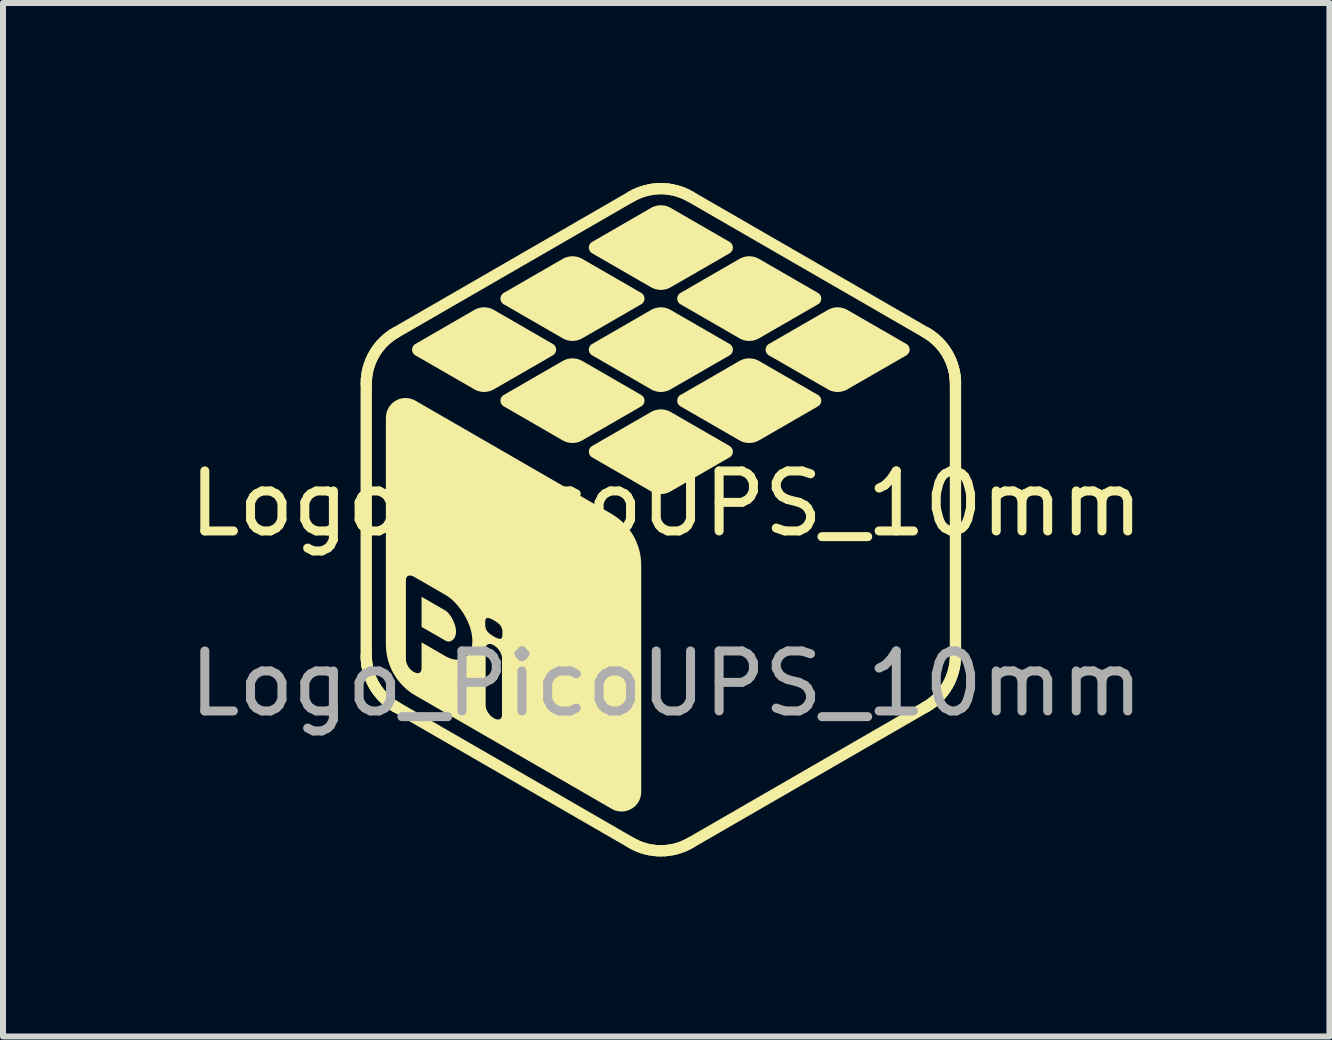
<source format=kicad_pcb>
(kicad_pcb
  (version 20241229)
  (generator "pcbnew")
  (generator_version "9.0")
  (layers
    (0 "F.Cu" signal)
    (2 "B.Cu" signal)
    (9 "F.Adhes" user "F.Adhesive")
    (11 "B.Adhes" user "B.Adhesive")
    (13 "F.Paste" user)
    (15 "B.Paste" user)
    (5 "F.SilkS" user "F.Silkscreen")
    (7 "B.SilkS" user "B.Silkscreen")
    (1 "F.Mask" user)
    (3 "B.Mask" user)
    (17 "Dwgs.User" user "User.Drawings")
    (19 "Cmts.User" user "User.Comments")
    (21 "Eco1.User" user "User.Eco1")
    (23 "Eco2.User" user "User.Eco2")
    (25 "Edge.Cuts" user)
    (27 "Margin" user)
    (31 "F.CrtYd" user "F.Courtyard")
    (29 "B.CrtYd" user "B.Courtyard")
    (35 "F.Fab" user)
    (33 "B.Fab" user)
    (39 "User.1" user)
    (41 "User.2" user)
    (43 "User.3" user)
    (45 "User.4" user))
  (footprint "Logo_PicoUPS_10mm"
    (layer "F.Cu")
    (at 8.054 5.844)
    (property "Reference" "Logo_PicoUPS_10mm" (at 0 -0.5 0) (unlocked yes) (layer "F.SilkS") (effects (font (size 1 1) (thickness 0.15))))
    (fp_line (start -5 -2.5) (end -4.998 -2.565) (stroke (width 0.189) (type solid)) (layer "F.SilkS"))
    (fp_line (start -5 2.036) (end -5 -2.5) (stroke (width 0.189) (type solid)) (layer "F.SilkS"))
    (fp_line (start -4.999 2.069) (end -5 2.036) (stroke (width 0.189) (type solid)) (layer "F.SilkS"))
    (fp_line (start -4.998 -2.565) (end -4.991 -2.63) (stroke (width 0.189) (type solid)) (layer "F.SilkS"))
    (fp_line (start -4.998 2.101) (end -4.999 2.069) (stroke (width 0.189) (type solid)) (layer "F.SilkS"))
    (fp_line (start -4.995 2.134) (end -4.998 2.101) (stroke (width 0.189) (type solid)) (layer "F.SilkS"))
    (fp_line (start -4.991 -2.63) (end -4.981 -2.694) (stroke (width 0.189) (type solid)) (layer "F.SilkS"))
    (fp_line (start -4.991 2.166) (end -4.995 2.134) (stroke (width 0.189) (type solid)) (layer "F.SilkS"))
    (fp_line (start -4.987 2.198) (end -4.991 2.166) (stroke (width 0.189) (type solid)) (layer "F.SilkS"))
    (fp_line (start -4.981 -2.694) (end -4.966 -2.756) (stroke (width 0.189) (type solid)) (layer "F.SilkS"))
    (fp_line (start -4.981 2.229) (end -4.987 2.198) (stroke (width 0.189) (type solid)) (layer "F.SilkS"))
    (fp_line (start -4.974 2.261) (end -4.981 2.229) (stroke (width 0.189) (type solid)) (layer "F.SilkS"))
    (fp_line (start -4.966 -2.756) (end -4.947 -2.817) (stroke (width 0.189) (type solid)) (layer "F.SilkS"))
    (fp_line (start -4.966 2.292) (end -4.974 2.261) (stroke (width 0.189) (type solid)) (layer "F.SilkS"))
    (fp_line (start -4.957 2.323) (end -4.966 2.292) (stroke (width 0.189) (type solid)) (layer "F.SilkS"))
    (fp_line (start -4.947 -2.817) (end -4.925 -2.877) (stroke (width 0.189) (type solid)) (layer "F.SilkS"))
    (fp_line (start -4.947 2.353) (end -4.957 2.323) (stroke (width 0.189) (type solid)) (layer "F.SilkS"))
    (fp_line (start -4.937 2.383) (end -4.947 2.353) (stroke (width 0.189) (type solid)) (layer "F.SilkS"))
    (fp_line (start -4.925 -2.877) (end -4.898 -2.935) (stroke (width 0.189) (type solid)) (layer "F.SilkS"))
    (fp_line (start -4.925 2.413) (end -4.937 2.383) (stroke (width 0.189) (type solid)) (layer "F.SilkS"))
    (fp_line (start -4.912 2.442) (end -4.925 2.413) (stroke (width 0.189) (type solid)) (layer "F.SilkS"))
    (fp_line (start -4.898 -2.935) (end -4.868 -2.991) (stroke (width 0.189) (type solid)) (layer "F.SilkS"))
    (fp_line (start -4.898 2.471) (end -4.912 2.442) (stroke (width 0.189) (type solid)) (layer "F.SilkS"))
    (fp_line (start -4.884 2.499) (end -4.898 2.471) (stroke (width 0.189) (type solid)) (layer "F.SilkS"))
    (fp_line (start -4.868 -2.991) (end -4.835 -3.045) (stroke (width 0.189) (type solid)) (layer "F.SilkS"))
    (fp_line (start -4.868 2.527) (end -4.884 2.499) (stroke (width 0.189) (type solid)) (layer "F.SilkS"))
    (fp_line (start -4.852 2.554) (end -4.868 2.527) (stroke (width 0.189) (type solid)) (layer "F.SilkS"))
    (fp_line (start -4.835 -3.045) (end -4.798 -3.097) (stroke (width 0.189) (type solid)) (layer "F.SilkS"))
    (fp_line (start -4.835 2.581) (end -4.852 2.554) (stroke (width 0.189) (type solid)) (layer "F.SilkS"))
    (fp_line (start -4.817 2.607) (end -4.835 2.581) (stroke (width 0.189) (type solid)) (layer "F.SilkS"))
    (fp_line (start -4.798 -3.097) (end -4.758 -3.146) (stroke (width 0.189) (type solid)) (layer "F.SilkS"))
    (fp_line (start -4.798 2.632) (end -4.817 2.607) (stroke (width 0.189) (type solid)) (layer "F.SilkS"))
    (fp_line (start -4.778 2.657) (end -4.798 2.632) (stroke (width 0.189) (type solid)) (layer "F.SilkS"))
    (fp_line (start -4.758 -3.146) (end -4.714 -3.193) (stroke (width 0.189) (type solid)) (layer "F.SilkS"))
    (fp_line (start -4.758 2.682) (end -4.778 2.657) (stroke (width 0.189) (type solid)) (layer "F.SilkS"))
    (fp_line (start -4.736 2.706) (end -4.758 2.682) (stroke (width 0.189) (type solid)) (layer "F.SilkS"))
    (fp_line (start -4.714 -3.193) (end -4.667 -3.237) (stroke (width 0.189) (type solid)) (layer "F.SilkS"))
    (fp_line (start -4.714 2.729) (end -4.736 2.706) (stroke (width 0.189) (type solid)) (layer "F.SilkS"))
    (fp_line (start -4.691 2.751) (end -4.714 2.729) (stroke (width 0.189) (type solid)) (layer "F.SilkS"))
    (fp_line (start -4.667 -3.237) (end -4.617 -3.278) (stroke (width 0.189) (type solid)) (layer "F.SilkS"))
    (fp_line (start -4.667 2.773) (end -4.691 2.751) (stroke (width 0.189) (type solid)) (layer "F.SilkS"))
    (fp_line (start -4.643 2.794) (end -4.667 2.773) (stroke (width 0.189) (type solid)) (layer "F.SilkS"))
    (fp_line (start -4.617 -3.278) (end -4.565 -3.316) (stroke (width 0.189) (type solid)) (layer "F.SilkS"))
    (fp_line (start -4.617 2.814) (end -4.643 2.794) (stroke (width 0.189) (type solid)) (layer "F.SilkS"))
    (fp_line (start -4.591 2.833) (end -4.617 2.814) (stroke (width 0.189) (type solid)) (layer "F.SilkS"))
    (fp_line (start -4.565 -3.316) (end -4.509 -3.35) (stroke (width 0.189) (type solid)) (layer "F.SilkS"))
    (fp_line (start -4.565 2.852) (end -4.591 2.833) (stroke (width 0.189) (type solid)) (layer "F.SilkS"))
    (fp_line (start -4.537 2.869) (end -4.565 2.852) (stroke (width 0.189) (type solid)) (layer "F.SilkS"))
    (fp_line (start -4.509 -3.35) (end -0.581 -5.618) (stroke (width 0.189) (type solid)) (layer "F.SilkS"))
    (fp_line (start -4.509 2.886) (end -4.537 2.869) (stroke (width 0.189) (type solid)) (layer "F.SilkS"))
    (fp_line (start -0.581 -5.618) (end -0.523 -5.649) (stroke (width 0.189) (type solid)) (layer "F.SilkS"))
    (fp_line (start -0.581 5.154) (end -4.509 2.886) (stroke (width 0.189) (type solid)) (layer "F.SilkS"))
    (fp_line (start -0.523 -5.649) (end -0.464 -5.676) (stroke (width 0.189) (type solid)) (layer "F.SilkS"))
    (fp_line (start -0.523 5.185) (end -0.581 5.154) (stroke (width 0.189) (type solid)) (layer "F.SilkS"))
    (fp_line (start -0.464 -5.676) (end -0.404 -5.698) (stroke (width 0.189) (type solid)) (layer "F.SilkS"))
    (fp_line (start -0.464 5.212) (end -0.523 5.185) (stroke (width 0.189) (type solid)) (layer "F.SilkS"))
    (fp_line (start -0.404 -5.698) (end -0.342 -5.717) (stroke (width 0.189) (type solid)) (layer "F.SilkS"))
    (fp_line (start -0.404 5.234) (end -0.464 5.212) (stroke (width 0.189) (type solid)) (layer "F.SilkS"))
    (fp_line (start -0.342 -5.717) (end -0.28 -5.731) (stroke (width 0.189) (type solid)) (layer "F.SilkS"))
    (fp_line (start -0.342 5.253) (end -0.404 5.234) (stroke (width 0.189) (type solid)) (layer "F.SilkS"))
    (fp_line (start -0.28 -5.731) (end -0.217 -5.742) (stroke (width 0.189) (type solid)) (layer "F.SilkS"))
    (fp_line (start -0.28 5.267) (end -0.342 5.253) (stroke (width 0.189) (type solid)) (layer "F.SilkS"))
    (fp_line (start -0.217 -5.742) (end -0.153 -5.748) (stroke (width 0.189) (type solid)) (layer "F.SilkS"))
    (fp_line (start -0.217 5.277) (end -0.28 5.267) (stroke (width 0.189) (type solid)) (layer "F.SilkS"))
    (fp_line (start -0.153 -5.748) (end -0.09 -5.75) (stroke (width 0.189) (type solid)) (layer "F.SilkS"))
    (fp_line (start -0.153 5.284) (end -0.217 5.277) (stroke (width 0.189) (type solid)) (layer "F.SilkS"))
    (fp_line (start -0.09 -5.75) (end -0.026 -5.748) (stroke (width 0.189) (type solid)) (layer "F.SilkS"))
    (fp_line (start -0.09 5.286) (end -0.153 5.284) (stroke (width 0.189) (type solid)) (layer "F.SilkS"))
    (fp_line (start -0.026 -5.748) (end 0.037 -5.742) (stroke (width 0.189) (type solid)) (layer "F.SilkS"))
    (fp_line (start -0.026 5.284) (end -0.09 5.286) (stroke (width 0.189) (type solid)) (layer "F.SilkS"))
    (fp_line (start 0.037 -5.742) (end 0.1 -5.731) (stroke (width 0.189) (type solid)) (layer "F.SilkS"))
    (fp_line (start 0.037 5.277) (end -0.026 5.284) (stroke (width 0.189) (type solid)) (layer "F.SilkS"))
    (fp_line (start 0.1 -5.731) (end 0.162 -5.717) (stroke (width 0.189) (type solid)) (layer "F.SilkS"))
    (fp_line (start 0.1 5.267) (end 0.037 5.277) (stroke (width 0.189) (type solid)) (layer "F.SilkS"))
    (fp_line (start 0.162 -5.717) (end 0.224 -5.698) (stroke (width 0.189) (type solid)) (layer "F.SilkS"))
    (fp_line (start 0.162 5.253) (end 0.1 5.267) (stroke (width 0.189) (type solid)) (layer "F.SilkS"))
    (fp_line (start 0.224 -5.698) (end 0.284 -5.676) (stroke (width 0.189) (type solid)) (layer "F.SilkS"))
    (fp_line (start 0.224 5.234) (end 0.162 5.253) (stroke (width 0.189) (type solid)) (layer "F.SilkS"))
    (fp_line (start 0.284 -5.676) (end 0.343 -5.649) (stroke (width 0.189) (type solid)) (layer "F.SilkS"))
    (fp_line (start 0.284 5.212) (end 0.224 5.234) (stroke (width 0.189) (type solid)) (layer "F.SilkS"))
    (fp_line (start 0.343 -5.649) (end 0.401 -5.618) (stroke (width 0.189) (type solid)) (layer "F.SilkS"))
    (fp_line (start 0.343 5.185) (end 0.284 5.212) (stroke (width 0.189) (type solid)) (layer "F.SilkS"))
    (fp_line (start 0.401 -5.618) (end 4.329 -3.35) (stroke (width 0.189) (type solid)) (layer "F.SilkS"))
    (fp_line (start 0.401 5.154) (end 0.343 5.185) (stroke (width 0.189) (type solid)) (layer "F.SilkS"))
    (fp_line (start 4.329 -3.35) (end 4.357 -3.334) (stroke (width 0.189) (type solid)) (layer "F.SilkS"))
    (fp_line (start 4.329 2.886) (end 0.401 5.154) (stroke (width 0.189) (type solid)) (layer "F.SilkS"))
    (fp_line (start 4.357 -3.334) (end 4.385 -3.316) (stroke (width 0.189) (type solid)) (layer "F.SilkS"))
    (fp_line (start 4.385 -3.316) (end 4.411 -3.297) (stroke (width 0.189) (type solid)) (layer "F.SilkS"))
    (fp_line (start 4.385 2.852) (end 4.329 2.886) (stroke (width 0.189) (type solid)) (layer "F.SilkS"))
    (fp_line (start 4.411 -3.297) (end 4.437 -3.278) (stroke (width 0.189) (type solid)) (layer "F.SilkS"))
    (fp_line (start 4.437 -3.278) (end 4.463 -3.258) (stroke (width 0.189) (type solid)) (layer "F.SilkS"))
    (fp_line (start 4.437 2.814) (end 4.385 2.852) (stroke (width 0.189) (type solid)) (layer "F.SilkS"))
    (fp_line (start 4.463 -3.258) (end 4.487 -3.237) (stroke (width 0.189) (type solid)) (layer "F.SilkS"))
    (fp_line (start 4.487 -3.237) (end 4.511 -3.215) (stroke (width 0.189) (type solid)) (layer "F.SilkS"))
    (fp_line (start 4.487 2.773) (end 4.437 2.814) (stroke (width 0.189) (type solid)) (layer "F.SilkS"))
    (fp_line (start 4.511 -3.215) (end 4.534 -3.193) (stroke (width 0.189) (type solid)) (layer "F.SilkS"))
    (fp_line (start 4.534 -3.193) (end 4.556 -3.17) (stroke (width 0.189) (type solid)) (layer "F.SilkS"))
    (fp_line (start 4.534 2.729) (end 4.487 2.773) (stroke (width 0.189) (type solid)) (layer "F.SilkS"))
    (fp_line (start 4.556 -3.17) (end 4.578 -3.146) (stroke (width 0.189) (type solid)) (layer "F.SilkS"))
    (fp_line (start 4.578 -3.146) (end 4.598 -3.122) (stroke (width 0.189) (type solid)) (layer "F.SilkS"))
    (fp_line (start 4.578 2.682) (end 4.534 2.729) (stroke (width 0.189) (type solid)) (layer "F.SilkS"))
    (fp_line (start 4.598 -3.122) (end 4.618 -3.097) (stroke (width 0.189) (type solid)) (layer "F.SilkS"))
    (fp_line (start 4.618 -3.097) (end 4.637 -3.071) (stroke (width 0.189) (type solid)) (layer "F.SilkS"))
    (fp_line (start 4.618 2.632) (end 4.578 2.682) (stroke (width 0.189) (type solid)) (layer "F.SilkS"))
    (fp_line (start 4.637 -3.071) (end 4.655 -3.045) (stroke (width 0.189) (type solid)) (layer "F.SilkS"))
    (fp_line (start 4.655 -3.045) (end 4.672 -3.018) (stroke (width 0.189) (type solid)) (layer "F.SilkS"))
    (fp_line (start 4.655 2.581) (end 4.618 2.632) (stroke (width 0.189) (type solid)) (layer "F.SilkS"))
    (fp_line (start 4.672 -3.018) (end 4.689 -2.991) (stroke (width 0.189) (type solid)) (layer "F.SilkS"))
    (fp_line (start 4.689 -2.991) (end 4.704 -2.963) (stroke (width 0.189) (type solid)) (layer "F.SilkS"))
    (fp_line (start 4.689 2.527) (end 4.655 2.581) (stroke (width 0.189) (type solid)) (layer "F.SilkS"))
    (fp_line (start 4.704 -2.963) (end 4.719 -2.935) (stroke (width 0.189) (type solid)) (layer "F.SilkS"))
    (fp_line (start 4.719 -2.935) (end 4.732 -2.906) (stroke (width 0.189) (type solid)) (layer "F.SilkS"))
    (fp_line (start 4.719 2.471) (end 4.689 2.527) (stroke (width 0.189) (type solid)) (layer "F.SilkS"))
    (fp_line (start 4.732 -2.906) (end 4.745 -2.877) (stroke (width 0.189) (type solid)) (layer "F.SilkS"))
    (fp_line (start 4.745 -2.877) (end 4.757 -2.847) (stroke (width 0.189) (type solid)) (layer "F.SilkS"))
    (fp_line (start 4.745 2.413) (end 4.719 2.471) (stroke (width 0.189) (type solid)) (layer "F.SilkS"))
    (fp_line (start 4.757 -2.847) (end 4.767 -2.817) (stroke (width 0.189) (type solid)) (layer "F.SilkS"))
    (fp_line (start 4.767 -2.817) (end 4.777 -2.787) (stroke (width 0.189) (type solid)) (layer "F.SilkS"))
    (fp_line (start 4.767 2.353) (end 4.745 2.413) (stroke (width 0.189) (type solid)) (layer "F.SilkS"))
    (fp_line (start 4.777 -2.787) (end 4.786 -2.756) (stroke (width 0.189) (type solid)) (layer "F.SilkS"))
    (fp_line (start 4.786 -2.756) (end 4.794 -2.725) (stroke (width 0.189) (type solid)) (layer "F.SilkS"))
    (fp_line (start 4.786 2.292) (end 4.767 2.353) (stroke (width 0.189) (type solid)) (layer "F.SilkS"))
    (fp_line (start 4.794 -2.725) (end 4.801 -2.694) (stroke (width 0.189) (type solid)) (layer "F.SilkS"))
    (fp_line (start 4.801 -2.694) (end 4.807 -2.662) (stroke (width 0.189) (type solid)) (layer "F.SilkS"))
    (fp_line (start 4.801 2.229) (end 4.786 2.292) (stroke (width 0.189) (type solid)) (layer "F.SilkS"))
    (fp_line (start 4.807 -2.662) (end 4.811 -2.63) (stroke (width 0.189) (type solid)) (layer "F.SilkS"))
    (fp_line (start 4.811 -2.63) (end 4.815 -2.598) (stroke (width 0.189) (type solid)) (layer "F.SilkS"))
    (fp_line (start 4.811 2.166) (end 4.801 2.229) (stroke (width 0.189) (type solid)) (layer "F.SilkS"))
    (fp_line (start 4.815 -2.598) (end 4.818 -2.565) (stroke (width 0.189) (type solid)) (layer "F.SilkS"))
    (fp_line (start 4.818 -2.565) (end 4.82 -2.533) (stroke (width 0.189) (type solid)) (layer "F.SilkS"))
    (fp_line (start 4.818 2.101) (end 4.811 2.166) (stroke (width 0.189) (type solid)) (layer "F.SilkS"))
    (fp_line (start 4.82 -2.533) (end 4.82 -2.5) (stroke (width 0.189) (type solid)) (layer "F.SilkS"))
    (fp_line (start 4.82 -2.5) (end 4.82 2.036) (stroke (width 0.189) (type solid)) (layer "F.SilkS"))
    (fp_line (start 4.82 2.036) (end 4.818 2.101) (stroke (width 0.189) (type solid)) (layer "F.SilkS"))
    (fp_poly (pts (xy -3.684 1.28) (xy -3.678 1.283) (xy -3.673 1.287) (xy -3.668 1.291) (xy -3.662 1.295) (xy -3.657 1.299) (xy -3.652 1.304) (xy -3.646 1.309) (xy -3.641 1.314) (xy -3.636 1.319) (xy -3.631 1.325) (xy -3.625 1.331) (xy -3.62 1.337) (xy -3.615 1.344) (xy -3.61 1.351) (xy -3.605 1.358) (xy -3.6 1.365) (xy -3.59 1.38) (xy -3.58 1.395) (xy -3.571 1.41) (xy -3.562 1.426) (xy -3.554 1.443) (xy -3.546 1.46) (xy -3.539 1.477) (xy -3.532 1.495) (xy -3.528 1.504) (xy -3.525 1.513) (xy -3.522 1.522) (xy -3.52 1.531) (xy -3.517 1.54) (xy -3.515 1.548) (xy -3.513 1.557) (xy -3.511 1.566) (xy -3.51 1.574) (xy -3.508 1.583) (xy -3.507 1.591) (xy -3.506 1.6) (xy -3.505 1.608) (xy -3.505 1.616) (xy -3.504 1.625) (xy -3.504 1.633) (xy -3.504 1.641) (xy -3.505 1.649) (xy -3.505 1.656) (xy -3.506 1.663) (xy -3.507 1.671) (xy -3.508 1.678) (xy -3.51 1.685) (xy -3.511 1.691) (xy -3.513 1.698) (xy -3.515 1.704) (xy -3.517 1.711) (xy -3.52 1.717) (xy -3.522 1.723) (xy -3.525 1.729) (xy -3.528 1.734) (xy -3.532 1.74) (xy -3.535 1.745) (xy -3.539 1.749) (xy -3.542 1.754) (xy -3.546 1.758) (xy -3.55 1.763) (xy -3.554 1.767) (xy -3.558 1.77) (xy -3.562 1.774) (xy -3.566 1.777) (xy -3.571 1.78) (xy -3.575 1.783) (xy -3.58 1.785) (xy -3.585 1.788) (xy -3.59 1.79) (xy -3.594 1.792) (xy -3.6 1.794) (xy -3.605 1.795) (xy -3.61 1.796) (xy -3.615 1.797) (xy -3.62 1.798) (xy -3.625 1.798) (xy -3.631 1.798) (xy -3.636 1.797) (xy -3.641 1.797) (xy -3.646 1.796) (xy -3.652 1.795) (xy -3.657 1.793) (xy -3.662 1.791) (xy -3.668 1.789) (xy -3.673 1.787) (xy -3.678 1.784) (xy -3.684 1.781) (xy -4.078 1.554) (xy -4.078 1.052)) (stroke (width 0) (type solid)) (fill yes) (layer "F.SilkS"))
    (fp_poly (pts (xy -3.015 -3.772) (xy -2.994 -3.77) (xy -2.973 -3.766) (xy -2.952 -3.761) (xy -2.931 -3.755) (xy -2.911 -3.748) (xy -2.892 -3.739) (xy -2.872 -3.728) (xy -1.89 -3.161) (xy -1.887 -3.16) (xy -1.884 -3.158) (xy -1.881 -3.156) (xy -1.878 -3.153) (xy -1.875 -3.151) (xy -1.873 -3.149) (xy -1.87 -3.146) (xy -1.868 -3.144) (xy -1.865 -3.141) (xy -1.863 -3.139) (xy -1.86 -3.136) (xy -1.858 -3.133) (xy -1.856 -3.13) (xy -1.854 -3.128) (xy -1.852 -3.125) (xy -1.85 -3.122) (xy -1.849 -3.118) (xy -1.847 -3.115) (xy -1.846 -3.112) (xy -1.844 -3.109) (xy -1.843 -3.106) (xy -1.842 -3.102) (xy -1.841 -3.099) (xy -1.84 -3.095) (xy -1.839 -3.092) (xy -1.838 -3.088) (xy -1.837 -3.085) (xy -1.837 -3.081) (xy -1.836 -3.078) (xy -1.836 -3.074) (xy -1.836 -3.071) (xy -1.836 -3.067) (xy -1.836 -3.06) (xy -1.837 -3.053) (xy -1.838 -3.045) (xy -1.84 -3.038) (xy -1.842 -3.032) (xy -1.844 -3.025) (xy -1.847 -3.019) (xy -1.85 -3.012) (xy -1.854 -3.006) (xy -1.858 -3.001) (xy -1.863 -2.995) (xy -1.868 -2.99) (xy -1.873 -2.985) (xy -1.878 -2.981) (xy -1.884 -2.976) (xy -1.89 -2.972) (xy -2.872 -2.406) (xy -2.892 -2.395) (xy -2.911 -2.386) (xy -2.931 -2.379) (xy -2.952 -2.373) (xy -2.973 -2.368) (xy -2.994 -2.364) (xy -3.015 -2.362) (xy -3.036 -2.362) (xy -3.057 -2.362) (xy -3.078 -2.364) (xy -3.099 -2.368) (xy -3.12 -2.373) (xy -3.141 -2.379) (xy -3.161 -2.386) (xy -3.18 -2.395) (xy -3.2 -2.406) (xy -4.182 -2.972) (xy -4.185 -2.974) (xy -4.188 -2.976) (xy -4.191 -2.978) (xy -4.194 -2.981) (xy -4.197 -2.983) (xy -4.199 -2.985) (xy -4.202 -2.987) (xy -4.204 -2.99) (xy -4.207 -2.993) (xy -4.209 -2.995) (xy -4.212 -2.998) (xy -4.214 -3.001) (xy -4.216 -3.003) (xy -4.218 -3.006) (xy -4.22 -3.009) (xy -4.222 -3.012) (xy -4.223 -3.015) (xy -4.225 -3.019) (xy -4.226 -3.022) (xy -4.228 -3.025) (xy -4.229 -3.028) (xy -4.23 -3.032) (xy -4.231 -3.035) (xy -4.232 -3.038) (xy -4.233 -3.042) (xy -4.234 -3.045) (xy -4.235 -3.049) (xy -4.235 -3.053) (xy -4.236 -3.056) (xy -4.236 -3.06) (xy -4.236 -3.063) (xy -4.236 -3.067) (xy -4.236 -3.074) (xy -4.235 -3.081) (xy -4.234 -3.088) (xy -4.232 -3.095) (xy -4.23 -3.102) (xy -4.228 -3.109) (xy -4.225 -3.115) (xy -4.222 -3.122) (xy -4.218 -3.128) (xy -4.214 -3.133) (xy -4.209 -3.139) (xy -4.204 -3.144) (xy -4.199 -3.149) (xy -4.194 -3.153) (xy -4.188 -3.158) (xy -4.182 -3.161) (xy -3.2 -3.728) (xy -3.18 -3.739) (xy -3.161 -3.748) (xy -3.141 -3.755) (xy -3.12 -3.761) (xy -3.099 -3.766) (xy -3.078 -3.77) (xy -3.057 -3.772) (xy -3.036 -3.772)) (stroke (width 0) (type solid)) (fill yes) (layer "F.SilkS"))
    (fp_poly (pts (xy -1.542 -4.622) (xy -1.521 -4.62) (xy -1.5 -4.617) (xy -1.479 -4.612) (xy -1.458 -4.606) (xy -1.438 -4.598) (xy -1.419 -4.589) (xy -1.399 -4.579) (xy -0.417 -4.012) (xy -0.411 -4.008) (xy -0.405 -4.004) (xy -0.4 -3.999) (xy -0.395 -3.994) (xy -0.39 -3.989) (xy -0.385 -3.984) (xy -0.381 -3.978) (xy -0.377 -3.972) (xy -0.374 -3.966) (xy -0.371 -3.959) (xy -0.369 -3.953) (xy -0.367 -3.946) (xy -0.365 -3.939) (xy -0.364 -3.932) (xy -0.363 -3.925) (xy -0.363 -3.917) (xy -0.363 -3.914) (xy -0.363 -3.91) (xy -0.363 -3.907) (xy -0.364 -3.903) (xy -0.364 -3.899) (xy -0.365 -3.896) (xy -0.366 -3.892) (xy -0.367 -3.889) (xy -0.367 -3.886) (xy -0.369 -3.882) (xy -0.37 -3.879) (xy -0.371 -3.876) (xy -0.372 -3.872) (xy -0.374 -3.869) (xy -0.376 -3.866) (xy -0.377 -3.863) (xy -0.379 -3.86) (xy -0.381 -3.857) (xy -0.383 -3.854) (xy -0.385 -3.851) (xy -0.387 -3.848) (xy -0.39 -3.846) (xy -0.392 -3.843) (xy -0.395 -3.84) (xy -0.397 -3.838) (xy -0.4 -3.836) (xy -0.402 -3.833) (xy -0.405 -3.831) (xy -0.408 -3.829) (xy -0.411 -3.827) (xy -0.414 -3.825) (xy -0.417 -3.823) (xy -1.399 -3.256) (xy -1.419 -3.246) (xy -1.438 -3.237) (xy -1.458 -3.229) (xy -1.479 -3.223) (xy -1.5 -3.218) (xy -1.521 -3.215) (xy -1.542 -3.213) (xy -1.563 -3.212) (xy -1.584 -3.213) (xy -1.605 -3.215) (xy -1.626 -3.218) (xy -1.647 -3.223) (xy -1.667 -3.229) (xy -1.688 -3.237) (xy -1.707 -3.246) (xy -1.727 -3.256) (xy -2.709 -3.823) (xy -2.715 -3.827) (xy -2.721 -3.831) (xy -2.726 -3.836) (xy -2.731 -3.84) (xy -2.736 -3.846) (xy -2.741 -3.851) (xy -2.745 -3.857) (xy -2.749 -3.863) (xy -2.752 -3.869) (xy -2.755 -3.876) (xy -2.757 -3.882) (xy -2.759 -3.889) (xy -2.761 -3.896) (xy -2.762 -3.903) (xy -2.763 -3.91) (xy -2.763 -3.917) (xy -2.763 -3.921) (xy -2.763 -3.925) (xy -2.763 -3.928) (xy -2.762 -3.932) (xy -2.762 -3.935) (xy -2.761 -3.939) (xy -2.76 -3.942) (xy -2.759 -3.946) (xy -2.758 -3.949) (xy -2.757 -3.953) (xy -2.756 -3.956) (xy -2.755 -3.959) (xy -2.753 -3.963) (xy -2.752 -3.966) (xy -2.75 -3.969) (xy -2.749 -3.972) (xy -2.747 -3.975) (xy -2.745 -3.978) (xy -2.743 -3.981) (xy -2.741 -3.984) (xy -2.739 -3.986) (xy -2.736 -3.989) (xy -2.734 -3.992) (xy -2.731 -3.994) (xy -2.729 -3.997) (xy -2.726 -3.999) (xy -2.723 -4.002) (xy -2.721 -4.004) (xy -2.718 -4.006) (xy -2.715 -4.008) (xy -2.712 -4.01) (xy -2.709 -4.012) (xy -1.727 -4.579) (xy -1.707 -4.589) (xy -1.688 -4.598) (xy -1.667 -4.606) (xy -1.647 -4.612) (xy -1.626 -4.617) (xy -1.605 -4.62) (xy -1.584 -4.622) (xy -1.563 -4.623)) (stroke (width 0) (type solid)) (fill yes) (layer "F.SilkS"))
    (fp_poly (pts (xy -1.542 -2.921) (xy -1.521 -2.919) (xy -1.5 -2.916) (xy -1.479 -2.911) (xy -1.458 -2.905) (xy -1.438 -2.897) (xy -1.419 -2.888) (xy -1.399 -2.878) (xy -0.417 -2.311) (xy -0.411 -2.307) (xy -0.405 -2.303) (xy -0.4 -2.298) (xy -0.395 -2.294) (xy -0.39 -2.288) (xy -0.385 -2.283) (xy -0.381 -2.277) (xy -0.377 -2.271) (xy -0.374 -2.265) (xy -0.371 -2.258) (xy -0.369 -2.252) (xy -0.367 -2.245) (xy -0.365 -2.238) (xy -0.364 -2.231) (xy -0.363 -2.224) (xy -0.363 -2.217) (xy -0.363 -2.213) (xy -0.363 -2.209) (xy -0.363 -2.206) (xy -0.364 -2.202) (xy -0.364 -2.199) (xy -0.365 -2.195) (xy -0.366 -2.192) (xy -0.367 -2.188) (xy -0.367 -2.185) (xy -0.369 -2.181) (xy -0.37 -2.178) (xy -0.371 -2.175) (xy -0.372 -2.171) (xy -0.374 -2.168) (xy -0.376 -2.165) (xy -0.377 -2.162) (xy -0.379 -2.159) (xy -0.381 -2.156) (xy -0.383 -2.153) (xy -0.385 -2.15) (xy -0.387 -2.147) (xy -0.39 -2.145) (xy -0.392 -2.142) (xy -0.395 -2.14) (xy -0.397 -2.137) (xy -0.4 -2.135) (xy -0.402 -2.132) (xy -0.405 -2.13) (xy -0.408 -2.128) (xy -0.411 -2.126) (xy -0.414 -2.124) (xy -0.417 -2.122) (xy -1.399 -1.555) (xy -1.419 -1.545) (xy -1.438 -1.536) (xy -1.458 -1.528) (xy -1.479 -1.522) (xy -1.5 -1.517) (xy -1.521 -1.514) (xy -1.542 -1.512) (xy -1.563 -1.511) (xy -1.584 -1.512) (xy -1.605 -1.514) (xy -1.626 -1.517) (xy -1.647 -1.522) (xy -1.667 -1.528) (xy -1.688 -1.536) (xy -1.707 -1.545) (xy -1.727 -1.555) (xy -2.709 -2.122) (xy -2.715 -2.126) (xy -2.721 -2.13) (xy -2.726 -2.135) (xy -2.731 -2.14) (xy -2.736 -2.145) (xy -2.741 -2.15) (xy -2.745 -2.156) (xy -2.749 -2.162) (xy -2.752 -2.168) (xy -2.755 -2.175) (xy -2.757 -2.181) (xy -2.759 -2.188) (xy -2.761 -2.195) (xy -2.762 -2.202) (xy -2.763 -2.209) (xy -2.763 -2.217) (xy -2.763 -2.22) (xy -2.763 -2.224) (xy -2.763 -2.227) (xy -2.762 -2.231) (xy -2.762 -2.235) (xy -2.761 -2.238) (xy -2.76 -2.242) (xy -2.759 -2.245) (xy -2.758 -2.248) (xy -2.757 -2.252) (xy -2.756 -2.255) (xy -2.755 -2.258) (xy -2.753 -2.262) (xy -2.752 -2.265) (xy -2.75 -2.268) (xy -2.749 -2.271) (xy -2.747 -2.274) (xy -2.745 -2.277) (xy -2.743 -2.28) (xy -2.741 -2.283) (xy -2.739 -2.286) (xy -2.736 -2.288) (xy -2.734 -2.291) (xy -2.731 -2.294) (xy -2.729 -2.296) (xy -2.726 -2.298) (xy -2.723 -2.301) (xy -2.721 -2.303) (xy -2.718 -2.305) (xy -2.715 -2.307) (xy -2.712 -2.309) (xy -2.709 -2.311) (xy -1.727 -2.878) (xy -1.707 -2.888) (xy -1.688 -2.897) (xy -1.667 -2.905) (xy -1.647 -2.911) (xy -1.626 -2.916) (xy -1.605 -2.919) (xy -1.584 -2.921) (xy -1.563 -2.922)) (stroke (width 0) (type solid)) (fill yes) (layer "F.SilkS"))
    (fp_poly (pts (xy -0.069 -2.071) (xy -0.048 -2.069) (xy -0.027 -2.065) (xy -0.006 -2.06) (xy 0.015 -2.054) (xy 0.035 -2.047) (xy 0.054 -2.038) (xy 0.074 -2.028) (xy 1.056 -1.461) (xy 1.062 -1.457) (xy 1.068 -1.453) (xy 1.073 -1.448) (xy 1.079 -1.443) (xy 1.083 -1.438) (xy 1.088 -1.432) (xy 1.092 -1.427) (xy 1.096 -1.421) (xy 1.099 -1.414) (xy 1.102 -1.408) (xy 1.104 -1.401) (xy 1.107 -1.395) (xy 1.108 -1.388) (xy 1.109 -1.381) (xy 1.11 -1.373) (xy 1.11 -1.366) (xy 1.11 -1.362) (xy 1.11 -1.359) (xy 1.11 -1.355) (xy 1.109 -1.352) (xy 1.109 -1.348) (xy 1.108 -1.345) (xy 1.107 -1.341) (xy 1.107 -1.338) (xy 1.106 -1.334) (xy 1.104 -1.331) (xy 1.103 -1.327) (xy 1.102 -1.324) (xy 1.101 -1.321) (xy 1.099 -1.318) (xy 1.097 -1.315) (xy 1.096 -1.312) (xy 1.094 -1.308) (xy 1.092 -1.306) (xy 1.09 -1.303) (xy 1.088 -1.3) (xy 1.086 -1.297) (xy 1.083 -1.294) (xy 1.081 -1.292) (xy 1.079 -1.289) (xy 1.076 -1.287) (xy 1.073 -1.284) (xy 1.071 -1.282) (xy 1.068 -1.28) (xy 1.065 -1.277) (xy 1.062 -1.275) (xy 1.059 -1.273) (xy 1.056 -1.272) (xy 0.074 -0.705) (xy 0.054 -0.694) (xy 0.035 -0.685) (xy 0.015 -0.678) (xy -0.006 -0.672) (xy -0.027 -0.667) (xy -0.048 -0.663) (xy -0.069 -0.661) (xy -0.09 -0.661) (xy -0.111 -0.661) (xy -0.132 -0.663) (xy -0.153 -0.667) (xy -0.174 -0.672) (xy -0.194 -0.678) (xy -0.215 -0.685) (xy -0.234 -0.694) (xy -0.254 -0.705) (xy -1.236 -1.272) (xy -1.242 -1.275) (xy -1.248 -1.28) (xy -1.253 -1.284) (xy -1.258 -1.289) (xy -1.263 -1.294) (xy -1.268 -1.3) (xy -1.272 -1.306) (xy -1.276 -1.312) (xy -1.279 -1.318) (xy -1.282 -1.324) (xy -1.284 -1.331) (xy -1.286 -1.338) (xy -1.288 -1.345) (xy -1.289 -1.352) (xy -1.29 -1.359) (xy -1.29 -1.366) (xy -1.29 -1.37) (xy -1.29 -1.373) (xy -1.29 -1.377) (xy -1.289 -1.381) (xy -1.289 -1.384) (xy -1.288 -1.388) (xy -1.287 -1.391) (xy -1.286 -1.395) (xy -1.285 -1.398) (xy -1.284 -1.401) (xy -1.283 -1.405) (xy -1.282 -1.408) (xy -1.28 -1.411) (xy -1.279 -1.414) (xy -1.277 -1.418) (xy -1.276 -1.421) (xy -1.274 -1.424) (xy -1.272 -1.427) (xy -1.27 -1.43) (xy -1.268 -1.432) (xy -1.266 -1.435) (xy -1.263 -1.438) (xy -1.261 -1.44) (xy -1.258 -1.443) (xy -1.256 -1.446) (xy -1.253 -1.448) (xy -1.25 -1.45) (xy -1.248 -1.453) (xy -1.245 -1.455) (xy -1.242 -1.457) (xy -1.239 -1.459) (xy -1.236 -1.461) (xy -0.254 -2.028) (xy -0.234 -2.038) (xy -0.215 -2.047) (xy -0.194 -2.054) (xy -0.174 -2.06) (xy -0.153 -2.065) (xy -0.132 -2.069) (xy -0.111 -2.071) (xy -0.09 -2.071)) (stroke (width 0) (type solid)) (fill yes) (layer "F.SilkS"))
    (fp_poly (pts (xy 1.404 -4.622) (xy 1.425 -4.62) (xy 1.446 -4.617) (xy 1.467 -4.612) (xy 1.488 -4.606) (xy 1.508 -4.598) (xy 1.527 -4.589) (xy 1.547 -4.579) (xy 2.529 -4.012) (xy 2.535 -4.008) (xy 2.541 -4.004) (xy 2.546 -3.999) (xy 2.552 -3.994) (xy 2.556 -3.989) (xy 2.561 -3.984) (xy 2.565 -3.978) (xy 2.569 -3.972) (xy 2.572 -3.966) (xy 2.575 -3.959) (xy 2.577 -3.953) (xy 2.58 -3.946) (xy 2.581 -3.939) (xy 2.582 -3.932) (xy 2.583 -3.925) (xy 2.583 -3.917) (xy 2.583 -3.914) (xy 2.583 -3.91) (xy 2.583 -3.907) (xy 2.582 -3.903) (xy 2.582 -3.899) (xy 2.581 -3.896) (xy 2.58 -3.892) (xy 2.58 -3.889) (xy 2.579 -3.886) (xy 2.577 -3.882) (xy 2.576 -3.879) (xy 2.575 -3.876) (xy 2.574 -3.872) (xy 2.572 -3.869) (xy 2.57 -3.866) (xy 2.569 -3.863) (xy 2.567 -3.86) (xy 2.565 -3.857) (xy 2.563 -3.854) (xy 2.561 -3.851) (xy 2.559 -3.848) (xy 2.556 -3.846) (xy 2.554 -3.843) (xy 2.552 -3.84) (xy 2.549 -3.838) (xy 2.546 -3.836) (xy 2.544 -3.833) (xy 2.541 -3.831) (xy 2.538 -3.829) (xy 2.535 -3.827) (xy 2.532 -3.825) (xy 2.529 -3.823) (xy 1.547 -3.256) (xy 1.527 -3.246) (xy 1.508 -3.237) (xy 1.488 -3.229) (xy 1.467 -3.223) (xy 1.446 -3.218) (xy 1.425 -3.215) (xy 1.404 -3.213) (xy 1.383 -3.212) (xy 1.362 -3.213) (xy 1.341 -3.215) (xy 1.32 -3.218) (xy 1.299 -3.223) (xy 1.279 -3.229) (xy 1.258 -3.237) (xy 1.239 -3.246) (xy 1.219 -3.256) (xy 0.237 -3.823) (xy 0.231 -3.827) (xy 0.225 -3.831) (xy 0.22 -3.836) (xy 0.215 -3.84) (xy 0.21 -3.846) (xy 0.205 -3.851) (xy 0.201 -3.857) (xy 0.197 -3.863) (xy 0.194 -3.869) (xy 0.191 -3.876) (xy 0.189 -3.882) (xy 0.187 -3.889) (xy 0.185 -3.896) (xy 0.184 -3.903) (xy 0.183 -3.91) (xy 0.183 -3.917) (xy 0.183 -3.921) (xy 0.183 -3.925) (xy 0.183 -3.928) (xy 0.184 -3.932) (xy 0.184 -3.935) (xy 0.185 -3.939) (xy 0.186 -3.942) (xy 0.187 -3.946) (xy 0.188 -3.949) (xy 0.189 -3.953) (xy 0.19 -3.956) (xy 0.191 -3.959) (xy 0.193 -3.963) (xy 0.194 -3.966) (xy 0.196 -3.969) (xy 0.197 -3.972) (xy 0.199 -3.975) (xy 0.201 -3.978) (xy 0.203 -3.981) (xy 0.205 -3.984) (xy 0.207 -3.986) (xy 0.21 -3.989) (xy 0.212 -3.992) (xy 0.215 -3.994) (xy 0.217 -3.997) (xy 0.22 -3.999) (xy 0.223 -4.002) (xy 0.225 -4.004) (xy 0.228 -4.006) (xy 0.231 -4.008) (xy 0.234 -4.01) (xy 0.237 -4.012) (xy 1.219 -4.579) (xy 1.239 -4.589) (xy 1.258 -4.598) (xy 1.279 -4.606) (xy 1.299 -4.612) (xy 1.32 -4.617) (xy 1.341 -4.62) (xy 1.362 -4.622) (xy 1.383 -4.623)) (stroke (width 0) (type solid)) (fill yes) (layer "F.SilkS"))
    (fp_poly (pts (xy 2.877 -3.772) (xy 2.898 -3.77) (xy 2.919 -3.766) (xy 2.94 -3.761) (xy 2.961 -3.755) (xy 2.981 -3.748) (xy 3.001 -3.739) (xy 3.02 -3.728) (xy 4.002 -3.161) (xy 4.005 -3.16) (xy 4.008 -3.158) (xy 4.011 -3.156) (xy 4.014 -3.153) (xy 4.017 -3.151) (xy 4.019 -3.149) (xy 4.022 -3.146) (xy 4.025 -3.144) (xy 4.027 -3.141) (xy 4.029 -3.139) (xy 4.032 -3.136) (xy 4.034 -3.133) (xy 4.036 -3.13) (xy 4.038 -3.128) (xy 4.04 -3.125) (xy 4.042 -3.122) (xy 4.043 -3.118) (xy 4.045 -3.115) (xy 4.047 -3.112) (xy 4.048 -3.109) (xy 4.049 -3.106) (xy 4.05 -3.102) (xy 4.052 -3.099) (xy 4.053 -3.095) (xy 4.053 -3.092) (xy 4.054 -3.088) (xy 4.055 -3.085) (xy 4.055 -3.081) (xy 4.056 -3.078) (xy 4.056 -3.074) (xy 4.056 -3.071) (xy 4.056 -3.067) (xy 4.056 -3.06) (xy 4.055 -3.053) (xy 4.054 -3.045) (xy 4.053 -3.038) (xy 4.05 -3.032) (xy 4.048 -3.025) (xy 4.045 -3.019) (xy 4.042 -3.012) (xy 4.038 -3.006) (xy 4.034 -3.001) (xy 4.029 -2.995) (xy 4.025 -2.99) (xy 4.019 -2.985) (xy 4.014 -2.981) (xy 4.008 -2.976) (xy 4.002 -2.972) (xy 3.02 -2.406) (xy 3.001 -2.395) (xy 2.981 -2.386) (xy 2.961 -2.379) (xy 2.94 -2.373) (xy 2.919 -2.368) (xy 2.898 -2.364) (xy 2.877 -2.362) (xy 2.856 -2.362) (xy 2.835 -2.362) (xy 2.814 -2.364) (xy 2.793 -2.368) (xy 2.772 -2.373) (xy 2.752 -2.379) (xy 2.731 -2.386) (xy 2.712 -2.395) (xy 2.692 -2.406) (xy 1.71 -2.972) (xy 1.707 -2.974) (xy 1.704 -2.976) (xy 1.701 -2.978) (xy 1.698 -2.981) (xy 1.696 -2.983) (xy 1.693 -2.985) (xy 1.69 -2.987) (xy 1.688 -2.99) (xy 1.685 -2.993) (xy 1.683 -2.995) (xy 1.681 -2.998) (xy 1.678 -3.001) (xy 1.676 -3.003) (xy 1.674 -3.006) (xy 1.672 -3.009) (xy 1.67 -3.012) (xy 1.669 -3.015) (xy 1.667 -3.019) (xy 1.666 -3.022) (xy 1.664 -3.025) (xy 1.663 -3.028) (xy 1.662 -3.032) (xy 1.661 -3.035) (xy 1.66 -3.038) (xy 1.659 -3.042) (xy 1.658 -3.045) (xy 1.657 -3.049) (xy 1.657 -3.053) (xy 1.656 -3.056) (xy 1.656 -3.06) (xy 1.656 -3.063) (xy 1.656 -3.067) (xy 1.656 -3.074) (xy 1.657 -3.081) (xy 1.658 -3.088) (xy 1.66 -3.095) (xy 1.662 -3.102) (xy 1.664 -3.109) (xy 1.667 -3.115) (xy 1.67 -3.122) (xy 1.674 -3.128) (xy 1.678 -3.133) (xy 1.683 -3.139) (xy 1.688 -3.144) (xy 1.693 -3.149) (xy 1.698 -3.153) (xy 1.704 -3.158) (xy 1.71 -3.161) (xy 2.692 -3.728) (xy 2.712 -3.739) (xy 2.731 -3.748) (xy 2.752 -3.755) (xy 2.772 -3.761) (xy 2.793 -3.766) (xy 2.814 -3.77) (xy 2.835 -3.772) (xy 2.856 -3.772)) (stroke (width 0) (type solid)) (fill yes) (layer "F.SilkS"))
    (fp_poly (pts (xy -0.069 -3.772) (xy -0.048 -3.77) (xy -0.027 -3.766) (xy -0.006 -3.761) (xy 0.015 -3.755) (xy 0.035 -3.748) (xy 0.054 -3.739) (xy 0.074 -3.728) (xy 1.056 -3.161) (xy 1.059 -3.16) (xy 1.062 -3.158) (xy 1.065 -3.156) (xy 1.068 -3.153) (xy 1.071 -3.151) (xy 1.073 -3.149) (xy 1.076 -3.146) (xy 1.079 -3.144) (xy 1.081 -3.141) (xy 1.083 -3.139) (xy 1.086 -3.136) (xy 1.088 -3.133) (xy 1.09 -3.13) (xy 1.092 -3.128) (xy 1.094 -3.125) (xy 1.096 -3.122) (xy 1.097 -3.118) (xy 1.099 -3.115) (xy 1.101 -3.112) (xy 1.102 -3.109) (xy 1.103 -3.106) (xy 1.104 -3.102) (xy 1.106 -3.099) (xy 1.107 -3.095) (xy 1.107 -3.092) (xy 1.108 -3.088) (xy 1.109 -3.085) (xy 1.109 -3.081) (xy 1.11 -3.078) (xy 1.11 -3.074) (xy 1.11 -3.071) (xy 1.11 -3.067) (xy 1.11 -3.06) (xy 1.109 -3.053) (xy 1.108 -3.045) (xy 1.107 -3.038) (xy 1.104 -3.032) (xy 1.102 -3.025) (xy 1.099 -3.019) (xy 1.096 -3.012) (xy 1.092 -3.006) (xy 1.088 -3.001) (xy 1.083 -2.995) (xy 1.079 -2.99) (xy 1.073 -2.985) (xy 1.068 -2.981) (xy 1.062 -2.976) (xy 1.056 -2.972) (xy 0.074 -2.406) (xy 0.054 -2.395) (xy 0.035 -2.386) (xy 0.015 -2.379) (xy -0.006 -2.373) (xy -0.027 -2.368) (xy -0.048 -2.364) (xy -0.069 -2.362) (xy -0.09 -2.362) (xy -0.111 -2.362) (xy -0.132 -2.364) (xy -0.153 -2.368) (xy -0.174 -2.373) (xy -0.194 -2.379) (xy -0.215 -2.386) (xy -0.234 -2.395) (xy -0.254 -2.406) (xy -1.236 -2.972) (xy -1.239 -2.974) (xy -1.242 -2.976) (xy -1.245 -2.978) (xy -1.248 -2.981) (xy -1.25 -2.983) (xy -1.253 -2.985) (xy -1.256 -2.987) (xy -1.258 -2.99) (xy -1.261 -2.993) (xy -1.263 -2.995) (xy -1.266 -2.998) (xy -1.268 -3.001) (xy -1.27 -3.003) (xy -1.272 -3.006) (xy -1.274 -3.009) (xy -1.276 -3.012) (xy -1.277 -3.015) (xy -1.279 -3.019) (xy -1.28 -3.022) (xy -1.282 -3.025) (xy -1.283 -3.028) (xy -1.284 -3.032) (xy -1.285 -3.035) (xy -1.286 -3.038) (xy -1.287 -3.042) (xy -1.288 -3.045) (xy -1.289 -3.049) (xy -1.289 -3.053) (xy -1.29 -3.056) (xy -1.29 -3.06) (xy -1.29 -3.063) (xy -1.29 -3.067) (xy -1.29 -3.074) (xy -1.289 -3.081) (xy -1.288 -3.088) (xy -1.286 -3.095) (xy -1.284 -3.102) (xy -1.282 -3.109) (xy -1.279 -3.115) (xy -1.276 -3.122) (xy -1.272 -3.128) (xy -1.268 -3.133) (xy -1.263 -3.139) (xy -1.258 -3.144) (xy -1.253 -3.149) (xy -1.248 -3.153) (xy -1.242 -3.158) (xy -1.236 -3.161) (xy -1.236 -3.161) (xy -0.254 -3.728) (xy -0.234 -3.739) (xy -0.215 -3.748) (xy -0.194 -3.755) (xy -0.174 -3.761) (xy -0.153 -3.766) (xy -0.132 -3.77) (xy -0.111 -3.772) (xy -0.09 -3.772)) (stroke (width 0) (type solid)) (fill yes) (layer "F.SilkS"))
    (fp_poly (pts (xy -0.069 -5.472) (xy -0.048 -5.47) (xy -0.027 -5.467) (xy -0.006 -5.462) (xy 0.015 -5.456) (xy 0.035 -5.449) (xy 0.054 -5.44) (xy 0.074 -5.429) (xy 1.056 -4.862) (xy 1.062 -4.859) (xy 1.068 -4.854) (xy 1.073 -4.85) (xy 1.079 -4.845) (xy 1.083 -4.84) (xy 1.088 -4.834) (xy 1.092 -4.828) (xy 1.096 -4.822) (xy 1.099 -4.816) (xy 1.102 -4.81) (xy 1.104 -4.803) (xy 1.107 -4.796) (xy 1.108 -4.789) (xy 1.109 -4.782) (xy 1.11 -4.775) (xy 1.11 -4.768) (xy 1.11 -4.764) (xy 1.11 -4.761) (xy 1.11 -4.757) (xy 1.109 -4.753) (xy 1.109 -4.75) (xy 1.108 -4.746) (xy 1.107 -4.743) (xy 1.107 -4.739) (xy 1.106 -4.736) (xy 1.104 -4.733) (xy 1.103 -4.729) (xy 1.102 -4.726) (xy 1.101 -4.723) (xy 1.099 -4.72) (xy 1.097 -4.716) (xy 1.096 -4.713) (xy 1.094 -4.71) (xy 1.092 -4.707) (xy 1.09 -4.704) (xy 1.088 -4.702) (xy 1.086 -4.699) (xy 1.083 -4.696) (xy 1.081 -4.693) (xy 1.079 -4.691) (xy 1.076 -4.688) (xy 1.073 -4.686) (xy 1.071 -4.684) (xy 1.068 -4.681) (xy 1.065 -4.679) (xy 1.062 -4.677) (xy 1.059 -4.675) (xy 1.056 -4.673) (xy 0.074 -4.106) (xy 0.054 -4.096) (xy 0.035 -4.087) (xy 0.015 -4.08) (xy -0.006 -4.074) (xy -0.027 -4.069) (xy -0.048 -4.065) (xy -0.069 -4.063) (xy -0.09 -4.063) (xy -0.111 -4.063) (xy -0.132 -4.065) (xy -0.153 -4.069) (xy -0.174 -4.074) (xy -0.194 -4.08) (xy -0.215 -4.087) (xy -0.234 -4.096) (xy -0.254 -4.106) (xy -1.236 -4.673) (xy -1.236 -4.673) (xy -1.242 -4.677) (xy -1.248 -4.681) (xy -1.253 -4.686) (xy -1.258 -4.691) (xy -1.263 -4.696) (xy -1.268 -4.702) (xy -1.272 -4.707) (xy -1.276 -4.713) (xy -1.279 -4.72) (xy -1.282 -4.726) (xy -1.284 -4.733) (xy -1.286 -4.739) (xy -1.288 -4.746) (xy -1.289 -4.753) (xy -1.29 -4.761) (xy -1.29 -4.768) (xy -1.29 -4.772) (xy -1.29 -4.775) (xy -1.29 -4.779) (xy -1.289 -4.782) (xy -1.289 -4.786) (xy -1.288 -4.789) (xy -1.287 -4.793) (xy -1.286 -4.796) (xy -1.285 -4.8) (xy -1.284 -4.803) (xy -1.283 -4.806) (xy -1.282 -4.81) (xy -1.28 -4.813) (xy -1.279 -4.816) (xy -1.277 -4.819) (xy -1.276 -4.822) (xy -1.274 -4.825) (xy -1.272 -4.828) (xy -1.27 -4.831) (xy -1.268 -4.834) (xy -1.266 -4.837) (xy -1.263 -4.84) (xy -1.261 -4.842) (xy -1.258 -4.845) (xy -1.256 -4.847) (xy -1.253 -4.85) (xy -1.25 -4.852) (xy -1.248 -4.854) (xy -1.245 -4.856) (xy -1.242 -4.859) (xy -1.239 -4.86) (xy -1.236 -4.862) (xy -0.254 -5.429) (xy -0.234 -5.44) (xy -0.215 -5.449) (xy -0.194 -5.456) (xy -0.174 -5.462) (xy -0.153 -5.467) (xy -0.132 -5.47) (xy -0.111 -5.472) (xy -0.09 -5.473)) (stroke (width 0) (type solid)) (fill yes) (layer "F.SilkS"))
    (fp_poly (pts (xy 1.404 -2.921) (xy 1.425 -2.919) (xy 1.446 -2.916) (xy 1.467 -2.911) (xy 1.488 -2.905) (xy 1.508 -2.897) (xy 1.527 -2.888) (xy 1.547 -2.878) (xy 2.529 -2.311) (xy 2.529 -2.311) (xy 2.535 -2.307) (xy 2.541 -2.303) (xy 2.546 -2.298) (xy 2.552 -2.294) (xy 2.556 -2.288) (xy 2.561 -2.283) (xy 2.565 -2.277) (xy 2.569 -2.271) (xy 2.572 -2.265) (xy 2.575 -2.258) (xy 2.577 -2.252) (xy 2.58 -2.245) (xy 2.581 -2.238) (xy 2.582 -2.231) (xy 2.583 -2.224) (xy 2.583 -2.217) (xy 2.583 -2.213) (xy 2.583 -2.209) (xy 2.583 -2.206) (xy 2.582 -2.202) (xy 2.582 -2.199) (xy 2.581 -2.195) (xy 2.58 -2.192) (xy 2.58 -2.188) (xy 2.579 -2.185) (xy 2.577 -2.181) (xy 2.576 -2.178) (xy 2.575 -2.175) (xy 2.574 -2.171) (xy 2.572 -2.168) (xy 2.57 -2.165) (xy 2.569 -2.162) (xy 2.567 -2.159) (xy 2.565 -2.156) (xy 2.563 -2.153) (xy 2.561 -2.15) (xy 2.559 -2.147) (xy 2.556 -2.145) (xy 2.554 -2.142) (xy 2.552 -2.14) (xy 2.549 -2.137) (xy 2.546 -2.135) (xy 2.544 -2.132) (xy 2.541 -2.13) (xy 2.538 -2.128) (xy 2.535 -2.126) (xy 2.532 -2.124) (xy 2.529 -2.122) (xy 1.547 -1.555) (xy 1.527 -1.545) (xy 1.508 -1.536) (xy 1.488 -1.528) (xy 1.467 -1.522) (xy 1.446 -1.517) (xy 1.425 -1.514) (xy 1.404 -1.512) (xy 1.383 -1.511) (xy 1.362 -1.512) (xy 1.341 -1.514) (xy 1.32 -1.517) (xy 1.299 -1.522) (xy 1.279 -1.528) (xy 1.258 -1.536) (xy 1.239 -1.545) (xy 1.219 -1.555) (xy 0.237 -2.122) (xy 0.231 -2.126) (xy 0.225 -2.13) (xy 0.22 -2.135) (xy 0.215 -2.14) (xy 0.21 -2.145) (xy 0.205 -2.15) (xy 0.201 -2.156) (xy 0.197 -2.162) (xy 0.194 -2.168) (xy 0.191 -2.175) (xy 0.189 -2.181) (xy 0.187 -2.188) (xy 0.185 -2.195) (xy 0.184 -2.202) (xy 0.183 -2.209) (xy 0.183 -2.217) (xy 0.183 -2.22) (xy 0.183 -2.224) (xy 0.183 -2.227) (xy 0.184 -2.231) (xy 0.184 -2.235) (xy 0.185 -2.238) (xy 0.186 -2.242) (xy 0.187 -2.245) (xy 0.188 -2.248) (xy 0.189 -2.252) (xy 0.19 -2.255) (xy 0.191 -2.258) (xy 0.193 -2.262) (xy 0.194 -2.265) (xy 0.196 -2.268) (xy 0.197 -2.271) (xy 0.199 -2.274) (xy 0.201 -2.277) (xy 0.203 -2.28) (xy 0.205 -2.283) (xy 0.207 -2.286) (xy 0.21 -2.288) (xy 0.212 -2.291) (xy 0.215 -2.294) (xy 0.217 -2.296) (xy 0.22 -2.298) (xy 0.223 -2.301) (xy 0.225 -2.303) (xy 0.228 -2.305) (xy 0.231 -2.307) (xy 0.234 -2.309) (xy 0.237 -2.311) (xy 1.219 -2.878) (xy 1.239 -2.888) (xy 1.258 -2.897) (xy 1.279 -2.905) (xy 1.299 -2.911) (xy 1.32 -2.916) (xy 1.341 -2.919) (xy 1.362 -2.921) (xy 1.383 -2.922)) (stroke (width 0) (type solid)) (fill yes) (layer "F.SilkS"))
    (fp_poly (pts (xy -4.328 -2.26) (xy -4.311 -2.259) (xy -4.303 -2.258) (xy -4.294 -2.256) (xy -4.286 -2.255) (xy -4.277 -2.253) (xy -4.269 -2.251) (xy -4.261 -2.249) (xy -4.252 -2.247) (xy -4.244 -2.244) (xy -4.236 -2.242) (xy -4.228 -2.239) (xy -4.22 -2.235) (xy -4.212 -2.232) (xy -4.204 -2.229) (xy -4.197 -2.225) (xy -4.189 -2.221) (xy -4.182 -2.217) (xy -0.908 -0.327) (xy -0.853 -0.292) (xy -0.8 -0.254) (xy -0.75 -0.213) (xy -0.703 -0.169) (xy -0.66 -0.122) (xy -0.619 -0.073) (xy -0.582 -0.021) (xy -0.549 0.033) (xy -0.519 0.089) (xy -0.493 0.147) (xy -0.47 0.206) (xy -0.451 0.268) (xy -0.437 0.33) (xy -0.426 0.394) (xy -0.42 0.458) (xy -0.417 0.524) (xy -0.417 4.304) (xy -0.418 4.315) (xy -0.418 4.325) (xy -0.419 4.336) (xy -0.42 4.347) (xy -0.422 4.358) (xy -0.424 4.368) (xy -0.426 4.379) (xy -0.429 4.389) (xy -0.432 4.399) (xy -0.435 4.409) (xy -0.439 4.419) (xy -0.442 4.429) (xy -0.447 4.439) (xy -0.451 4.449) (xy -0.456 4.458) (xy -0.461 4.467) (xy -0.467 4.476) (xy -0.472 4.485) (xy -0.478 4.494) (xy -0.485 4.502) (xy -0.491 4.511) (xy -0.498 4.519) (xy -0.505 4.527) (xy -0.513 4.534) (xy -0.52 4.542) (xy -0.528 4.549) (xy -0.536 4.556) (xy -0.545 4.563) (xy -0.554 4.569) (xy -0.562 4.575) (xy -0.572 4.581) (xy -0.581 4.587) (xy -0.6 4.597) (xy -0.62 4.606) (xy -0.64 4.614) (xy -0.661 4.62) (xy -0.681 4.625) (xy -0.702 4.628) (xy -0.723 4.63) (xy -0.745 4.631) (xy -0.766 4.63) (xy -0.787 4.628) (xy -0.808 4.625) (xy -0.829 4.62) (xy -0.849 4.614) (xy -0.869 4.606) (xy -0.889 4.597) (xy -0.908 4.587) (xy -3.904 2.857) (xy -3.01 2.857) (xy -3.01 2.865) (xy -3.009 2.872) (xy -3.009 2.88) (xy -3.008 2.887) (xy -3.006 2.895) (xy -3.005 2.902) (xy -3.003 2.91) (xy -3 2.917) (xy -2.998 2.925) (xy -2.995 2.933) (xy -2.992 2.94) (xy -2.988 2.948) (xy -2.984 2.956) (xy -2.98 2.964) (xy -2.976 2.972) (xy -2.971 2.98) (xy -2.966 2.987) (xy -2.961 2.994) (xy -2.956 3.001) (xy -2.951 3.008) (xy -2.945 3.015) (xy -2.94 3.021) (xy -2.934 3.028) (xy -2.928 3.034) (xy -2.921 3.039) (xy -2.915 3.045) (xy -2.909 3.051) (xy -2.902 3.056) (xy -2.895 3.061) (xy -2.888 3.065) (xy -2.881 3.07) (xy -2.874 3.074) (xy -2.867 3.078) (xy -2.859 3.082) (xy -2.852 3.085) (xy -2.846 3.088) (xy -2.839 3.091) (xy -2.832 3.093) (xy -2.826 3.095) (xy -2.82 3.096) (xy -2.814 3.097) (xy -2.808 3.097) (xy -2.802 3.097) (xy -2.797 3.097) (xy -2.792 3.096) (xy -2.786 3.095) (xy -2.781 3.094) (xy -2.776 3.092) (xy -2.772 3.09) (xy -2.767 3.087) (xy -2.763 3.084) (xy -2.759 3.08) (xy -2.756 3.077) (xy -2.753 3.073) (xy -2.75 3.068) (xy -2.747 3.063) (xy -2.745 3.058) (xy -2.743 3.053) (xy -2.741 3.048) (xy -2.74 3.042) (xy -2.739 3.035) (xy -2.738 3.029) (xy -2.738 3.022) (xy -2.738 3.015) (xy -2.738 2.078) (xy -2.738 2.07) (xy -2.738 2.063) (xy -2.739 2.056) (xy -2.74 2.048) (xy -2.741 2.041) (xy -2.743 2.033) (xy -2.745 2.026) (xy -2.747 2.018) (xy -2.75 2.011) (xy -2.753 2.003) (xy -2.756 1.996) (xy -2.759 1.988) (xy -2.763 1.981) (xy -2.767 1.973) (xy -2.772 1.966) (xy -2.776 1.958) (xy -2.781 1.95) (xy -2.786 1.943) (xy -2.792 1.936) (xy -2.797 1.928) (xy -2.802 1.922) (xy -2.808 1.915) (xy -2.814 1.909) (xy -2.82 1.902) (xy -2.826 1.896) (xy -2.832 1.891) (xy -2.839 1.885) (xy -2.846 1.88) (xy -2.852 1.875) (xy -2.859 1.87) (xy -2.867 1.865) (xy -2.874 1.861) (xy -2.881 1.857) (xy -2.885 1.855) (xy -2.888 1.853) (xy -2.892 1.852) (xy -2.895 1.85) (xy -2.899 1.849) (xy -2.902 1.847) (xy -2.905 1.846) (xy -2.909 1.845) (xy -2.912 1.844) (xy -2.915 1.843) (xy -2.918 1.842) (xy -2.922 1.841) (xy -2.925 1.841) (xy -2.928 1.84) (xy -2.931 1.84) (xy -2.934 1.839) (xy -2.937 1.839) (xy -2.94 1.839) (xy -2.942 1.839) (xy -2.945 1.839) (xy -2.948 1.839) (xy -2.951 1.84) (xy -2.953 1.84) (xy -2.956 1.84) (xy -2.959 1.841) (xy -2.961 1.842) (xy -2.964 1.843) (xy -2.966 1.843) (xy -2.969 1.845) (xy -2.971 1.846) (xy -2.976 1.848) (xy -2.98 1.85) (xy -2.984 1.853) (xy -2.988 1.856) (xy -2.992 1.86) (xy -2.995 1.864) (xy -2.998 1.868) (xy -3 1.872) (xy -3.003 1.877) (xy -3.005 1.882) (xy -3.006 1.888) (xy -3.008 1.894) (xy -3.009 1.9) (xy -3.009 1.906) (xy -3.01 1.913) (xy -3.01 1.921) (xy -3.01 2.857) (xy -3.904 2.857) (xy -4.182 2.697) (xy -4.237 2.663) (xy -4.29 2.625) (xy -4.34 2.584) (xy -4.386 2.54) (xy -4.43 2.493) (xy -4.47 2.444) (xy -4.507 2.392) (xy -4.541 2.338) (xy -4.571 2.282) (xy -4.597 2.224) (xy -4.62 2.164) (xy -4.639 2.103) (xy -4.642 2.09) (xy -4.339 2.09) (xy -4.339 2.097) (xy -4.338 2.105) (xy -4.338 2.112) (xy -4.337 2.12) (xy -4.335 2.127) (xy -4.334 2.135) (xy -4.332 2.142) (xy -4.33 2.15) (xy -4.327 2.157) (xy -4.325 2.165) (xy -4.322 2.172) (xy -4.319 2.18) (xy -4.315 2.188) (xy -4.311 2.195) (xy -4.307 2.203) (xy -4.303 2.211) (xy -4.298 2.218) (xy -4.293 2.225) (xy -4.288 2.232) (xy -4.283 2.239) (xy -4.278 2.245) (xy -4.273 2.252) (xy -4.267 2.258) (xy -4.261 2.264) (xy -4.255 2.269) (xy -4.249 2.275) (xy -4.243 2.28) (xy -4.237 2.285) (xy -4.23 2.29) (xy -4.224 2.294) (xy -4.217 2.299) (xy -4.21 2.303) (xy -4.202 2.307) (xy -4.195 2.311) (xy -4.188 2.314) (xy -4.182 2.317) (xy -4.175 2.319) (xy -4.169 2.321) (xy -4.162 2.323) (xy -4.156 2.324) (xy -4.151 2.325) (xy -4.145 2.325) (xy -4.139 2.325) (xy -4.134 2.325) (xy -4.129 2.324) (xy -4.124 2.323) (xy -4.119 2.322) (xy -4.114 2.32) (xy -4.11 2.317) (xy -4.106 2.314) (xy -4.102 2.311) (xy -4.099 2.307) (xy -4.095 2.303) (xy -4.092 2.299) (xy -4.09 2.295) (xy -4.087 2.29) (xy -4.085 2.285) (xy -4.083 2.279) (xy -4.082 2.274) (xy -4.081 2.268) (xy -4.08 2.261) (xy -4.079 2.255) (xy -4.078 2.248) (xy -4.078 2.241) (xy -4.078 1.812) (xy -3.684 2.04) (xy -3.669 2.048) (xy -3.654 2.056) (xy -3.64 2.063) (xy -3.626 2.069) (xy -3.612 2.075) (xy -3.597 2.08) (xy -3.584 2.085) (xy -3.57 2.089) (xy -3.556 2.092) (xy -3.542 2.095) (xy -3.529 2.097) (xy -3.516 2.099) (xy -3.503 2.1) (xy -3.489 2.1) (xy -3.476 2.1) (xy -3.464 2.099) (xy -3.451 2.097) (xy -3.438 2.095) (xy -3.426 2.093) (xy -3.414 2.09) (xy -3.402 2.086) (xy -3.391 2.082) (xy -3.38 2.077) (xy -3.369 2.072) (xy -3.359 2.066) (xy -3.349 2.059) (xy -3.339 2.052) (xy -3.33 2.045) (xy -3.321 2.037) (xy -3.312 2.029) (xy -3.304 2.019) (xy -3.296 2.01) (xy -3.288 2) (xy -3.281 1.989) (xy -3.274 1.978) (xy -3.268 1.967) (xy -3.262 1.954) (xy -3.257 1.942) (xy -3.252 1.929) (xy -3.248 1.915) (xy -3.244 1.901) (xy -3.241 1.887) (xy -3.238 1.872) (xy -3.236 1.857) (xy -3.234 1.841) (xy -3.233 1.824) (xy -3.232 1.808) (xy -3.232 1.79) (xy -3.232 1.772) (xy -3.233 1.754) (xy -3.234 1.736) (xy -3.236 1.718) (xy -3.238 1.7) (xy -3.241 1.682) (xy -3.244 1.663) (xy -3.248 1.645) (xy -3.252 1.626) (xy -3.257 1.608) (xy -3.262 1.589) (xy -3.268 1.571) (xy -3.274 1.552) (xy -3.281 1.533) (xy -3.287 1.517) (xy -3.017 1.517) (xy -3.017 1.525) (xy -3.016 1.533) (xy -3.016 1.541) (xy -3.015 1.548) (xy -3.014 1.555) (xy -3.012 1.562) (xy -3.011 1.569) (xy -3.009 1.576) (xy -3.007 1.583) (xy -3.004 1.589) (xy -3.002 1.595) (xy -2.999 1.602) (xy -2.996 1.608) (xy -2.992 1.613) (xy -2.989 1.619) (xy -2.985 1.625) (xy -2.981 1.63) (xy -2.976 1.635) (xy -2.971 1.641) (xy -2.966 1.646) (xy -2.961 1.652) (xy -2.955 1.657) (xy -2.948 1.663) (xy -2.942 1.668) (xy -2.935 1.674) (xy -2.928 1.679) (xy -2.92 1.685) (xy -2.912 1.69) (xy -2.903 1.696) (xy -2.895 1.701) (xy -2.876 1.712) (xy -2.867 1.718) (xy -2.857 1.723) (xy -2.849 1.727) (xy -2.84 1.732) (xy -2.832 1.736) (xy -2.824 1.739) (xy -2.817 1.742) (xy -2.81 1.745) (xy -2.803 1.747) (xy -2.797 1.749) (xy -2.79 1.751) (xy -2.785 1.752) (xy -2.779 1.753) (xy -2.774 1.754) (xy -2.769 1.754) (xy -2.765 1.754) (xy -2.761 1.753) (xy -2.757 1.751) (xy -2.755 1.751) (xy -2.753 1.75) (xy -2.75 1.747) (xy -2.747 1.744) (xy -2.744 1.741) (xy -2.742 1.737) (xy -2.739 1.733) (xy -2.737 1.729) (xy -2.736 1.723) (xy -2.734 1.718) (xy -2.733 1.712) (xy -2.732 1.705) (xy -2.732 1.698) (xy -2.731 1.69) (xy -2.731 1.682) (xy -2.731 1.64) (xy -2.731 1.632) (xy -2.731 1.624) (xy -2.732 1.617) (xy -2.733 1.609) (xy -2.734 1.602) (xy -2.735 1.595) (xy -2.737 1.588) (xy -2.739 1.581) (xy -2.741 1.574) (xy -2.743 1.568) (xy -2.746 1.562) (xy -2.749 1.556) (xy -2.752 1.55) (xy -2.755 1.544) (xy -2.759 1.538) (xy -2.763 1.533) (xy -2.767 1.527) (xy -2.771 1.522) (xy -2.776 1.516) (xy -2.782 1.511) (xy -2.787 1.505) (xy -2.793 1.5) (xy -2.8 1.494) (xy -2.806 1.489) (xy -2.813 1.483) (xy -2.821 1.478) (xy -2.829 1.472) (xy -2.837 1.466) (xy -2.846 1.461) (xy -2.855 1.455) (xy -2.874 1.444) (xy -2.883 1.439) (xy -2.891 1.434) (xy -2.9 1.43) (xy -2.908 1.426) (xy -2.916 1.422) (xy -2.923 1.419) (xy -2.93 1.416) (xy -2.937 1.413) (xy -2.944 1.411) (xy -2.95 1.409) (xy -2.956 1.408) (xy -2.962 1.407) (xy -2.968 1.406) (xy -2.973 1.405) (xy -2.978 1.405) (xy -2.983 1.406) (xy -2.987 1.406) (xy -2.989 1.407) (xy -2.991 1.407) (xy -2.993 1.408) (xy -2.994 1.409) (xy -2.996 1.41) (xy -2.998 1.411) (xy -2.999 1.412) (xy -3.001 1.414) (xy -3.003 1.417) (xy -3.006 1.42) (xy -3.008 1.424) (xy -3.01 1.429) (xy -3.012 1.434) (xy -3.013 1.44) (xy -3.015 1.446) (xy -3.015 1.452) (xy -3.016 1.459) (xy -3.017 1.467) (xy -3.017 1.475) (xy -3.017 1.517) (xy -3.287 1.517) (xy -3.288 1.514) (xy -3.296 1.495) (xy -3.304 1.476) (xy -3.312 1.457) (xy -3.321 1.439) (xy -3.33 1.42) (xy -3.339 1.402) (xy -3.349 1.384) (xy -3.359 1.366) (xy -3.369 1.349) (xy -3.38 1.331) (xy -3.391 1.314) (xy -3.402 1.297) (xy -3.414 1.28) (xy -3.426 1.263) (xy -3.438 1.247) (xy -3.451 1.231) (xy -3.464 1.214) (xy -3.476 1.199) (xy -3.489 1.184) (xy -3.503 1.169) (xy -3.516 1.155) (xy -3.529 1.141) (xy -3.542 1.127) (xy -3.556 1.115) (xy -3.57 1.102) (xy -3.584 1.09) (xy -3.597 1.079) (xy -3.612 1.068) (xy -3.626 1.057) (xy -3.64 1.047) (xy -3.654 1.037) (xy -3.669 1.028) (xy -3.684 1.019) (xy -4.2 0.721) (xy -4.208 0.717) (xy -4.211 0.715) (xy -4.215 0.713) (xy -4.218 0.711) (xy -4.222 0.71) (xy -4.225 0.708) (xy -4.229 0.707) (xy -4.232 0.706) (xy -4.236 0.705) (xy -4.239 0.703) (xy -4.242 0.702) (xy -4.246 0.702) (xy -4.249 0.701) (xy -4.252 0.7) (xy -4.255 0.7) (xy -4.258 0.699) (xy -4.261 0.699) (xy -4.264 0.698) (xy -4.267 0.698) (xy -4.27 0.698) (xy -4.273 0.698) (xy -4.276 0.698) (xy -4.279 0.699) (xy -4.282 0.699) (xy -4.285 0.699) (xy -4.287 0.7) (xy -4.29 0.7) (xy -4.293 0.701) (xy -4.295 0.702) (xy -4.298 0.703) (xy -4.3 0.704) (xy -4.305 0.706) (xy -4.309 0.709) (xy -4.314 0.712) (xy -4.317 0.715) (xy -4.321 0.718) (xy -4.324 0.722) (xy -4.327 0.726) (xy -4.329 0.731) (xy -4.332 0.736) (xy -4.333 0.741) (xy -4.335 0.747) (xy -4.336 0.752) (xy -4.338 0.759) (xy -4.338 0.765) (xy -4.339 0.772) (xy -4.339 0.779) (xy -4.339 2.09) (xy -4.642 2.09) (xy -4.653 2.04) (xy -4.664 1.977) (xy -4.67 1.912) (xy -4.673 1.847) (xy -4.673 -1.933) (xy -4.672 -1.95) (xy -4.671 -1.968) (xy -4.668 -1.985) (xy -4.665 -2.001) (xy -4.661 -2.018) (xy -4.656 -2.034) (xy -4.651 -2.05) (xy -4.644 -2.066) (xy -4.637 -2.081) (xy -4.629 -2.096) (xy -4.62 -2.111) (xy -4.61 -2.125) (xy -4.6 -2.139) (xy -4.589 -2.152) (xy -4.577 -2.164) (xy -4.564 -2.176) (xy -4.551 -2.187) (xy -4.537 -2.198) (xy -4.523 -2.208) (xy -4.509 -2.217) (xy -4.494 -2.225) (xy -4.478 -2.232) (xy -4.463 -2.239) (xy -4.446 -2.244) (xy -4.43 -2.249) (xy -4.414 -2.253) (xy -4.397 -2.256) (xy -4.38 -2.259) (xy -4.363 -2.26) (xy -4.346 -2.26)) (stroke (width 0) (type solid)) (fill yes) (layer "F.SilkS"))
    (fp_text user "${REFERENCE}" (at 0 2.5 0) (unlocked yes) (layer "F.Fab") (effects (font (size 1 1) (thickness 0.15)))))
  (gr_rect
    (start -3 -3)
    (end 19.107 14.224)
    (stroke (width 0.1) (type default))
    (fill no)
    (layer "Edge.Cuts")))
</source>
